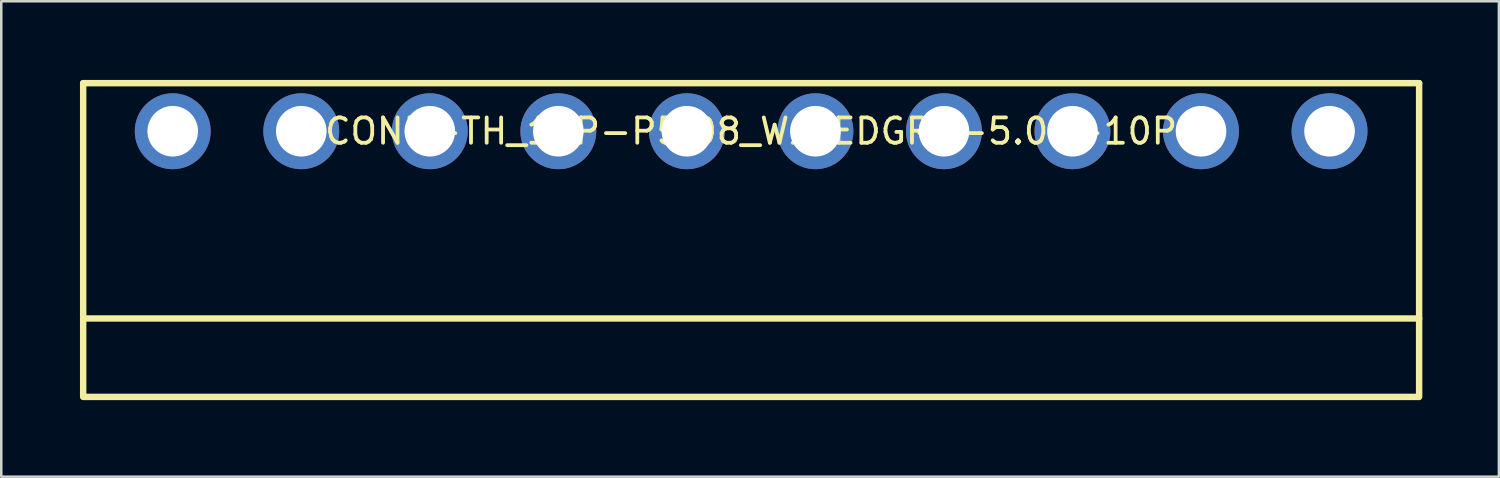
<source format=kicad_pcb>
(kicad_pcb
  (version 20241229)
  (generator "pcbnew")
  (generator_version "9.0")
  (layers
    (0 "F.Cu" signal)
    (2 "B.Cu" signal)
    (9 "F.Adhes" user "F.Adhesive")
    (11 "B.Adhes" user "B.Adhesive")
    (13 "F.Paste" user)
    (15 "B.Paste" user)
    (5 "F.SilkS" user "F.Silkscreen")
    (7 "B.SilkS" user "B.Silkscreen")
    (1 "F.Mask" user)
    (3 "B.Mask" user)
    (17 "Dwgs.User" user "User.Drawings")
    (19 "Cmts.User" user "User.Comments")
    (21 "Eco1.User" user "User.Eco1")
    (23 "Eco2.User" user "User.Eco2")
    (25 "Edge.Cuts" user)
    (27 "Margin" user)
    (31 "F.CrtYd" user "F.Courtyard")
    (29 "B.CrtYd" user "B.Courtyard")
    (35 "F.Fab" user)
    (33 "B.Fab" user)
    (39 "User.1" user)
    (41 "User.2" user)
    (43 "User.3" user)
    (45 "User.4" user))
  (footprint "CONN-TH_10P-P5.08_WJ2EDGRC-5.08-10P"
    (layer "F.Cu")
    (at 26.637 2.137)
    (property "Reference" "CONN-TH_10P-P5.08_WJ2EDGRC-5.08-10P" (at 0 0 0) (unlocked yes) (layer "F.SilkS") (effects (font (size 1 1) (thickness 0.15))))
    (fp_line (start -26.4 -1.9) (end -26.4 10.5) (stroke (width 0.254) (type default)) (layer "F.SilkS"))
    (fp_line (start -26.4 -1.9) (end 26.4 -1.9) (stroke (width 0.254) (type default)) (layer "F.SilkS"))
    (fp_line (start -26.4 7.4) (end 26.4 7.4) (stroke (width 0.254) (type default)) (layer "F.SilkS"))
    (fp_line (start -26.36 10.5) (end 26.36 10.5) (stroke (width 0.254) (type default)) (layer "F.SilkS"))
    (fp_line (start 26.4 -1.9) (end 26.4 10.5) (stroke (width 0.254) (type default)) (layer "F.SilkS"))
    (fp_poly (pts (xy -21.96 0) (xy -21.98 -0.187) (xy -22.038 -0.366) (xy -22.132 -0.529) (xy -22.258 -0.669) (xy -22.41 -0.779) (xy -22.582 -0.856) (xy -22.766 -0.895) (xy -22.954 -0.895) (xy -23.138 -0.856) (xy -23.31 -0.779) (xy -23.462 -0.669) (xy -23.588 -0.529) (xy -23.682 -0.366) (xy -23.74 -0.187) (xy -23.76 0) (xy -23.74 0.187) (xy -23.682 0.366) (xy -23.588 0.529) (xy -23.462 0.669) (xy -23.31 0.779) (xy -23.138 0.856) (xy -22.954 0.895) (xy -22.766 0.895) (xy -22.582 0.856) (xy -22.41 0.779) (xy -22.258 0.669) (xy -22.132 0.529) (xy -22.038 0.366) (xy -21.98 0.187)) (stroke (width 0.1) (type default)) (fill no) (layer "User.1"))
    (fp_poly (pts (xy -16.88 0) (xy -16.9 -0.187) (xy -16.958 -0.366) (xy -17.052 -0.529) (xy -17.178 -0.669) (xy -17.33 -0.779) (xy -17.502 -0.856) (xy -17.686 -0.895) (xy -17.874 -0.895) (xy -18.058 -0.856) (xy -18.23 -0.779) (xy -18.382 -0.669) (xy -18.508 -0.529) (xy -18.602 -0.366) (xy -18.66 -0.187) (xy -18.68 0) (xy -18.66 0.187) (xy -18.602 0.366) (xy -18.508 0.529) (xy -18.382 0.669) (xy -18.23 0.779) (xy -18.058 0.856) (xy -17.874 0.895) (xy -17.686 0.895) (xy -17.502 0.856) (xy -17.33 0.779) (xy -17.178 0.669) (xy -17.052 0.529) (xy -16.958 0.366) (xy -16.9 0.187)) (stroke (width 0.1) (type default)) (fill no) (layer "User.1"))
    (fp_poly (pts (xy -11.8 0) (xy -11.82 -0.187) (xy -11.878 -0.366) (xy -11.972 -0.529) (xy -12.098 -0.669) (xy -12.25 -0.779) (xy -12.422 -0.856) (xy -12.606 -0.895) (xy -12.794 -0.895) (xy -12.978 -0.856) (xy -13.15 -0.779) (xy -13.302 -0.669) (xy -13.428 -0.529) (xy -13.522 -0.366) (xy -13.58 -0.187) (xy -13.6 0) (xy -13.58 0.187) (xy -13.522 0.366) (xy -13.428 0.529) (xy -13.302 0.669) (xy -13.15 0.779) (xy -12.978 0.856) (xy -12.794 0.895) (xy -12.606 0.895) (xy -12.422 0.856) (xy -12.25 0.779) (xy -12.098 0.669) (xy -11.972 0.529) (xy -11.878 0.366) (xy -11.82 0.187)) (stroke (width 0.1) (type default)) (fill no) (layer "User.1"))
    (fp_poly (pts (xy -6.72 0) (xy -6.74 -0.187) (xy -6.798 -0.366) (xy -6.892 -0.529) (xy -7.018 -0.669) (xy -7.17 -0.779) (xy -7.342 -0.856) (xy -7.526 -0.895) (xy -7.714 -0.895) (xy -7.898 -0.856) (xy -8.07 -0.779) (xy -8.222 -0.669) (xy -8.348 -0.529) (xy -8.442 -0.366) (xy -8.5 -0.187) (xy -8.52 0) (xy -8.5 0.187) (xy -8.442 0.366) (xy -8.348 0.529) (xy -8.222 0.669) (xy -8.07 0.779) (xy -7.898 0.856) (xy -7.714 0.895) (xy -7.526 0.895) (xy -7.342 0.856) (xy -7.17 0.779) (xy -7.018 0.669) (xy -6.892 0.529) (xy -6.798 0.366) (xy -6.74 0.187)) (stroke (width 0.1) (type default)) (fill no) (layer "User.1"))
    (fp_poly (pts (xy -1.64 0) (xy -1.66 -0.187) (xy -1.718 -0.366) (xy -1.812 -0.529) (xy -1.938 -0.669) (xy -2.09 -0.779) (xy -2.262 -0.856) (xy -2.446 -0.895) (xy -2.634 -0.895) (xy -2.818 -0.856) (xy -2.99 -0.779) (xy -3.142 -0.669) (xy -3.268 -0.529) (xy -3.362 -0.366) (xy -3.42 -0.187) (xy -3.44 0) (xy -3.42 0.187) (xy -3.362 0.366) (xy -3.268 0.529) (xy -3.142 0.669) (xy -2.99 0.779) (xy -2.818 0.856) (xy -2.634 0.895) (xy -2.446 0.895) (xy -2.262 0.856) (xy -2.09 0.779) (xy -1.938 0.669) (xy -1.812 0.529) (xy -1.718 0.366) (xy -1.66 0.187)) (stroke (width 0.1) (type default)) (fill no) (layer "User.1"))
    (fp_poly (pts (xy 3.44 0) (xy 3.42 -0.187) (xy 3.362 -0.366) (xy 3.268 -0.529) (xy 3.142 -0.669) (xy 2.99 -0.779) (xy 2.818 -0.856) (xy 2.634 -0.895) (xy 2.446 -0.895) (xy 2.262 -0.856) (xy 2.09 -0.779) (xy 1.938 -0.669) (xy 1.812 -0.529) (xy 1.718 -0.366) (xy 1.66 -0.187) (xy 1.64 0) (xy 1.66 0.187) (xy 1.718 0.366) (xy 1.812 0.529) (xy 1.938 0.669) (xy 2.09 0.779) (xy 2.262 0.856) (xy 2.446 0.895) (xy 2.634 0.895) (xy 2.818 0.856) (xy 2.99 0.779) (xy 3.142 0.669) (xy 3.268 0.529) (xy 3.362 0.366) (xy 3.42 0.187)) (stroke (width 0.1) (type default)) (fill no) (layer "User.1"))
    (fp_poly (pts (xy 8.52 0) (xy 8.5 -0.187) (xy 8.442 -0.366) (xy 8.348 -0.529) (xy 8.222 -0.669) (xy 8.07 -0.779) (xy 7.898 -0.856) (xy 7.714 -0.895) (xy 7.526 -0.895) (xy 7.342 -0.856) (xy 7.17 -0.779) (xy 7.018 -0.669) (xy 6.892 -0.529) (xy 6.798 -0.366) (xy 6.74 -0.187) (xy 6.72 0) (xy 6.74 0.187) (xy 6.798 0.366) (xy 6.892 0.529) (xy 7.018 0.669) (xy 7.17 0.779) (xy 7.342 0.856) (xy 7.526 0.895) (xy 7.714 0.895) (xy 7.898 0.856) (xy 8.07 0.779) (xy 8.222 0.669) (xy 8.348 0.529) (xy 8.442 0.366) (xy 8.5 0.187)) (stroke (width 0.1) (type default)) (fill no) (layer "User.1"))
    (fp_poly (pts (xy 13.6 0) (xy 13.58 -0.187) (xy 13.522 -0.366) (xy 13.428 -0.529) (xy 13.302 -0.669) (xy 13.15 -0.779) (xy 12.978 -0.856) (xy 12.794 -0.895) (xy 12.606 -0.895) (xy 12.422 -0.856) (xy 12.25 -0.779) (xy 12.098 -0.669) (xy 11.972 -0.529) (xy 11.878 -0.366) (xy 11.82 -0.187) (xy 11.8 0) (xy 11.82 0.187) (xy 11.878 0.366) (xy 11.972 0.529) (xy 12.098 0.669) (xy 12.25 0.779) (xy 12.422 0.856) (xy 12.606 0.895) (xy 12.794 0.895) (xy 12.978 0.856) (xy 13.15 0.779) (xy 13.302 0.669) (xy 13.428 0.529) (xy 13.522 0.366) (xy 13.58 0.187)) (stroke (width 0.1) (type default)) (fill no) (layer "User.1"))
    (fp_poly (pts (xy 18.68 0) (xy 18.66 -0.187) (xy 18.602 -0.366) (xy 18.508 -0.529) (xy 18.382 -0.669) (xy 18.23 -0.779) (xy 18.058 -0.856) (xy 17.874 -0.895) (xy 17.686 -0.895) (xy 17.502 -0.856) (xy 17.33 -0.779) (xy 17.178 -0.669) (xy 17.052 -0.529) (xy 16.958 -0.366) (xy 16.9 -0.187) (xy 16.88 0) (xy 16.9 0.187) (xy 16.958 0.366) (xy 17.052 0.529) (xy 17.178 0.669) (xy 17.33 0.779) (xy 17.502 0.856) (xy 17.686 0.895) (xy 17.874 0.895) (xy 18.058 0.856) (xy 18.23 0.779) (xy 18.382 0.669) (xy 18.508 0.529) (xy 18.602 0.366) (xy 18.66 0.187)) (stroke (width 0.1) (type default)) (fill no) (layer "User.1"))
    (fp_poly (pts (xy 23.76 0) (xy 23.74 -0.187) (xy 23.682 -0.366) (xy 23.588 -0.529) (xy 23.462 -0.669) (xy 23.31 -0.779) (xy 23.138 -0.856) (xy 22.954 -0.895) (xy 22.766 -0.895) (xy 22.582 -0.856) (xy 22.41 -0.779) (xy 22.258 -0.669) (xy 22.132 -0.529) (xy 22.038 -0.366) (xy 21.98 -0.187) (xy 21.96 0) (xy 21.98 0.187) (xy 22.038 0.366) (xy 22.132 0.529) (xy 22.258 0.669) (xy 22.41 0.779) (xy 22.582 0.856) (xy 22.766 0.895) (xy 22.954 0.895) (xy 23.138 0.856) (xy 23.31 0.779) (xy 23.462 0.669) (xy 23.588 0.529) (xy 23.682 0.366) (xy 23.74 0.187)) (stroke (width 0.1) (type default)) (fill no) (layer "User.1"))
    (fp_line (start -26.527 -2.027) (end 26.527 -2.027) (stroke (width 0.051) (type default)) (layer "User.2"))
    (fp_line (start -26.527 10.627) (end -26.527 -2.027) (stroke (width 0.051) (type default)) (layer "User.2"))
    (fp_line (start 26.527 -2.027) (end 26.527 10.627) (stroke (width 0.051) (type default)) (layer "User.2"))
    (fp_line (start 26.527 10.627) (end -26.527 10.627) (stroke (width 0.051) (type default)) (layer "User.2"))
    (fp_poly (pts (xy -26.467 -2.027) (xy -26.485 -2.069) (xy -26.527 -2.087) (xy -26.569 -2.069) (xy -26.587 -2.027) (xy -26.569 -1.985) (xy -26.527 -1.967) (xy -26.485 -1.985)) (stroke (width 0.1) (type default)) (fill no) (layer "User.3"))
    (pad "1" thru_hole circle (at -22.86 0) (size 3 3) (drill 2) (layers "*.Cu" "*.Mask"))
    (pad "2" thru_hole circle (at -17.78 0) (size 3 3) (drill 2) (layers "*.Cu" "*.Mask"))
    (pad "3" thru_hole circle (at -12.7 0) (size 3 3) (drill 2) (layers "*.Cu" "*.Mask"))
    (pad "4" thru_hole circle (at -7.62 0) (size 3 3) (drill 2) (layers "*.Cu" "*.Mask"))
    (pad "5" thru_hole circle (at -2.54 0) (size 3 3) (drill 2) (layers "*.Cu" "*.Mask"))
    (pad "6" thru_hole circle (at 2.54 0) (size 3 3) (drill 2) (layers "*.Cu" "*.Mask"))
    (pad "7" thru_hole circle (at 7.62 0) (size 3 3) (drill 2) (layers "*.Cu" "*.Mask"))
    (pad "8" thru_hole circle (at 12.7 0) (size 3 3) (drill 2) (layers "*.Cu" "*.Mask"))
    (pad "9" thru_hole circle (at 17.78 0) (size 3 3) (drill 2) (layers "*.Cu" "*.Mask"))
    (pad "10" thru_hole circle (at 22.86 0) (size 3 3) (drill 2) (layers "*.Cu" "*.Mask")))
  (gr_rect
    (start -3 -3)
    (end 56.19 15.79)
    (stroke (width 0.1) (type default))
    (fill no)
    (layer "Edge.Cuts")))
</source>
